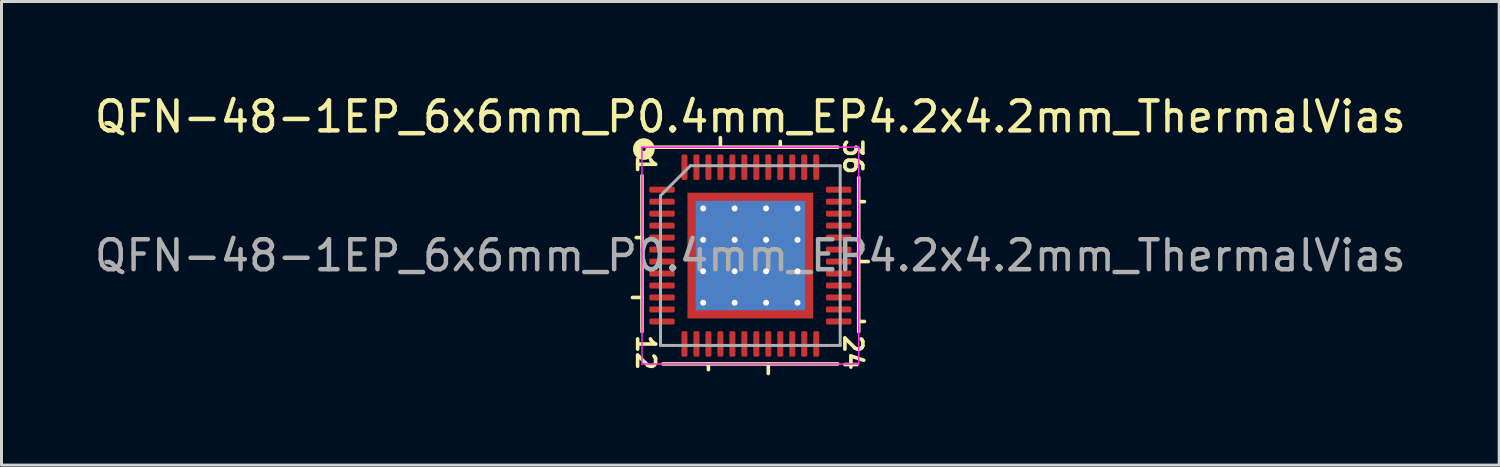
<source format=kicad_pcb>
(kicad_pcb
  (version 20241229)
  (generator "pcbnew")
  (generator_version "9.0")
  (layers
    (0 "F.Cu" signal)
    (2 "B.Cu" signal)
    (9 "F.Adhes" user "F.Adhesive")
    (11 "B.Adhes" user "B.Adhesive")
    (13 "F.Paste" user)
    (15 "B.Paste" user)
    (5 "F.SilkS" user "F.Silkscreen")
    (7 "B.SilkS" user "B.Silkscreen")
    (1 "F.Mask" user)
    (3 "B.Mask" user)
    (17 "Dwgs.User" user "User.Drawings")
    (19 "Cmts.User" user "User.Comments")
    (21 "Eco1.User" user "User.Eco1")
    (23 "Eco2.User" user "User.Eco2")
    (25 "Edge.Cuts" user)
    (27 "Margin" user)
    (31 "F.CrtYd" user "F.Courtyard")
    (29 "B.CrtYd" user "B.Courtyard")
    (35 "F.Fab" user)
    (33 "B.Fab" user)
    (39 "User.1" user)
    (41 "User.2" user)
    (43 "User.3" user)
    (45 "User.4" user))
  (footprint "QFN-48-1EP_6x6mm_P0.4mm_EP4.2x4.2mm_ThermalVias"
    (layer "F.Cu")
    (at 22.006 5.484)
    (property "Reference" "QFN-48-1EP_6x6mm_P0.4mm_EP4.2x4.2mm_ThermalVias" (at 0 -4.636 0) (layer "F.SilkS") (effects (font (size 1 1) (thickness 0.15))))
    (attr smd)
    (fp_line (start -3.619 -2.667) (end -3.619 2.54) (stroke (width 0.12) (type solid)) (layer "F.SilkS"))
    (fp_line (start -3.619 -0.6) (end -3.81 -0.6) (stroke (width 0.12) (type solid)) (layer "F.SilkS"))
    (fp_line (start -3.619 1.4) (end -3.937 1.4) (stroke (width 0.12) (type solid)) (layer "F.SilkS"))
    (fp_line (start -2.921 3.619) (end 2.921 3.619) (stroke (width 0.12) (type solid)) (layer "F.SilkS"))
    (fp_line (start -1.4 3.81) (end -1.4 3.619) (stroke (width 0.12) (type solid)) (layer "F.SilkS"))
    (fp_line (start -1 -3.619) (end -1 -3.937) (stroke (width 0.12) (type solid)) (layer "F.SilkS"))
    (fp_line (start 0.6 3.619) (end 0.6 3.937) (stroke (width 0.12) (type solid)) (layer "F.SilkS"))
    (fp_line (start 1 -3.619) (end 1 -3.81) (stroke (width 0.12) (type solid)) (layer "F.SilkS"))
    (fp_line (start 2.921 -3.619) (end -3.175 -3.619) (stroke (width 0.12) (type solid)) (layer "F.SilkS"))
    (fp_line (start 3.619 -1.8) (end 3.81 -1.8) (stroke (width 0.12) (type solid)) (layer "F.SilkS"))
    (fp_line (start 3.619 0.2) (end 3.937 0.2) (stroke (width 0.12) (type solid)) (layer "F.SilkS"))
    (fp_line (start 3.619 2.2) (end 3.81 2.2) (stroke (width 0.12) (type solid)) (layer "F.SilkS"))
    (fp_line (start 3.619 2.54) (end 3.619 -2.603) (stroke (width 0.12) (type solid)) (layer "F.SilkS"))
    (fp_circle (center -3.556 -3.556) (end -3.493 -3.556) (stroke (width 0.3) (type solid)) (fill no) (layer "F.SilkS"))
    (fp_line (start -3.62 -3.62) (end -3.62 3.62) (stroke (width 0.05) (type solid)) (layer "F.CrtYd"))
    (fp_line (start -3.62 3.62) (end 3.62 3.62) (stroke (width 0.05) (type solid)) (layer "F.CrtYd"))
    (fp_line (start 3.62 -3.62) (end -3.62 -3.62) (stroke (width 0.05) (type solid)) (layer "F.CrtYd"))
    (fp_line (start 3.62 3.62) (end 3.62 -3.62) (stroke (width 0.05) (type solid)) (layer "F.CrtYd"))
    (fp_line (start -3 -2) (end -2 -3) (stroke (width 0.1) (type solid)) (layer "F.Fab"))
    (fp_line (start -3 3) (end -3 -2) (stroke (width 0.1) (type solid)) (layer "F.Fab"))
    (fp_line (start -2 -3) (end 3 -3) (stroke (width 0.1) (type solid)) (layer "F.Fab"))
    (fp_line (start 3 -3) (end 3 3) (stroke (width 0.1) (type solid)) (layer "F.Fab"))
    (fp_line (start 3 3) (end -3 3) (stroke (width 0.1) (type solid)) (layer "F.Fab"))
    (fp_text user "12" (at -3.493 3.239 270) (unlocked yes) (layer "F.SilkS") (effects (font (size 0.6 0.6) (thickness 0.12))))
    (fp_text user "36" (at 3.429 -3.302 270) (unlocked yes) (layer "F.SilkS") (effects (font (size 0.6 0.6) (thickness 0.12))))
    (fp_text user "1" (at -3.493 -3.048 270) (unlocked yes) (layer "F.SilkS") (effects (font (size 0.6 0.6) (thickness 0.12))))
    (fp_text user "24" (at 3.429 3.239 270) (unlocked yes) (layer "F.SilkS") (effects (font (size 0.6 0.6) (thickness 0.12))))
    (fp_text user "${REFERENCE}" (at 0 0 0) (layer "F.Fab") (effects (font (size 1 1) (thickness 0.15))))
    (pad "" smd custom (at -1.837 -1.837) (size 0.295 0.295) (layers "F.Paste") (options (anchor circle)) (primitives (gr_poly (pts (xy 0.106 -0.013) (xy -0.013 0.106) (xy -0.106 0.106) (xy -0.106 -0.106) (xy 0.106 -0.106)) (width 0.212) (fill yes))))
    (pad "" smd custom (at -1.837 -1.05) (size 0.331 0.331) (layers "F.Paste") (options (anchor circle)) (primitives (gr_poly (pts (xy 0.12 -0.255) (xy 0.12 0.255) (xy 0.043 0.331) (xy -0.12 0.331) (xy -0.12 -0.331) (xy 0.043 -0.331)) (width 0.184) (fill yes))))
    (pad "" smd custom (at -1.837 0) (size 0.331 0.331) (layers "F.Paste") (options (anchor circle)) (primitives (gr_poly (pts (xy 0.12 -0.255) (xy 0.12 0.255) (xy 0.043 0.331) (xy -0.12 0.331) (xy -0.12 -0.331) (xy 0.043 -0.331)) (width 0.184) (fill yes))))
    (pad "" smd custom (at -1.837 1.05) (size 0.331 0.331) (layers "F.Paste") (options (anchor circle)) (primitives (gr_poly (pts (xy 0.12 -0.255) (xy 0.12 0.255) (xy 0.043 0.331) (xy -0.12 0.331) (xy -0.12 -0.331) (xy 0.043 -0.331)) (width 0.184) (fill yes))))
    (pad "" smd custom (at -1.837 1.837) (size 0.295 0.295) (layers "F.Paste") (options (anchor circle)) (primitives (gr_poly (pts (xy 0.106 0.013) (xy 0.106 0.106) (xy -0.106 0.106) (xy -0.106 -0.106) (xy -0.013 -0.106)) (width 0.212) (fill yes))))
    (pad "" smd custom (at -1.05 -1.837) (size 0.331 0.331) (layers "F.Paste") (options (anchor circle)) (primitives (gr_poly (pts (xy 0.331 0.043) (xy 0.255 0.12) (xy -0.255 0.12) (xy -0.331 0.043) (xy -0.331 -0.12) (xy 0.331 -0.12)) (width 0.184) (fill yes))))
    (pad "" smd roundrect (at -1.05 -1.05) (size 0.847 0.847) (layers "F.Paste") (roundrect_rratio 0.25))
    (pad "" smd roundrect (at -1.05 0) (size 0.847 0.847) (layers "F.Paste") (roundrect_rratio 0.25))
    (pad "" smd roundrect (at -1.05 1.05) (size 0.847 0.847) (layers "F.Paste") (roundrect_rratio 0.25))
    (pad "" smd custom (at -1.05 1.837) (size 0.331 0.331) (layers "F.Paste") (options (anchor circle)) (primitives (gr_poly (pts (xy 0.331 -0.043) (xy 0.331 0.12) (xy -0.331 0.12) (xy -0.331 -0.043) (xy -0.255 -0.12) (xy 0.255 -0.12)) (width 0.184) (fill yes))))
    (pad "" smd custom (at 0 -1.837) (size 0.331 0.331) (layers "F.Paste") (options (anchor circle)) (primitives (gr_poly (pts (xy 0.331 0.043) (xy 0.255 0.12) (xy -0.255 0.12) (xy -0.331 0.043) (xy -0.331 -0.12) (xy 0.331 -0.12)) (width 0.184) (fill yes))))
    (pad "" smd roundrect (at 0 -1.05) (size 0.847 0.847) (layers "F.Paste") (roundrect_rratio 0.25))
    (pad "" smd roundrect (at 0 0) (size 0.847 0.847) (layers "F.Paste") (roundrect_rratio 0.25))
    (pad "" smd roundrect (at 0 1.05) (size 0.847 0.847) (layers "F.Paste") (roundrect_rratio 0.25))
    (pad "" smd custom (at 0 1.837) (size 0.331 0.331) (layers "F.Paste") (options (anchor circle)) (primitives (gr_poly (pts (xy 0.331 -0.043) (xy 0.331 0.12) (xy -0.331 0.12) (xy -0.331 -0.043) (xy -0.255 -0.12) (xy 0.255 -0.12)) (width 0.184) (fill yes))))
    (pad "" smd custom (at 1.05 -1.837) (size 0.331 0.331) (layers "F.Paste") (options (anchor circle)) (primitives (gr_poly (pts (xy 0.331 0.043) (xy 0.255 0.12) (xy -0.255 0.12) (xy -0.331 0.043) (xy -0.331 -0.12) (xy 0.331 -0.12)) (width 0.184) (fill yes))))
    (pad "" smd roundrect (at 1.05 -1.05) (size 0.847 0.847) (layers "F.Paste") (roundrect_rratio 0.25))
    (pad "" smd roundrect (at 1.05 0) (size 0.847 0.847) (layers "F.Paste") (roundrect_rratio 0.25))
    (pad "" smd roundrect (at 1.05 1.05) (size 0.847 0.847) (layers "F.Paste") (roundrect_rratio 0.25))
    (pad "" smd custom (at 1.05 1.837) (size 0.331 0.331) (layers "F.Paste") (options (anchor circle)) (primitives (gr_poly (pts (xy 0.331 -0.043) (xy 0.331 0.12) (xy -0.331 0.12) (xy -0.331 -0.043) (xy -0.255 -0.12) (xy 0.255 -0.12)) (width 0.184) (fill yes))))
    (pad "" smd custom (at 1.837 -1.837) (size 0.295 0.295) (layers "F.Paste") (options (anchor circle)) (primitives (gr_poly (pts (xy 0.106 0.106) (xy 0.013 0.106) (xy -0.106 -0.013) (xy -0.106 -0.106) (xy 0.106 -0.106)) (width 0.212) (fill yes))))
    (pad "" smd custom (at 1.837 -1.05) (size 0.331 0.331) (layers "F.Paste") (options (anchor circle)) (primitives (gr_poly (pts (xy 0.12 0.331) (xy -0.043 0.331) (xy -0.12 0.255) (xy -0.12 -0.255) (xy -0.043 -0.331) (xy 0.12 -0.331)) (width 0.184) (fill yes))))
    (pad "" smd custom (at 1.837 0) (size 0.331 0.331) (layers "F.Paste") (options (anchor circle)) (primitives (gr_poly (pts (xy 0.12 0.331) (xy -0.043 0.331) (xy -0.12 0.255) (xy -0.12 -0.255) (xy -0.043 -0.331) (xy 0.12 -0.331)) (width 0.184) (fill yes))))
    (pad "" smd custom (at 1.837 1.05) (size 0.331 0.331) (layers "F.Paste") (options (anchor circle)) (primitives (gr_poly (pts (xy 0.12 0.331) (xy -0.043 0.331) (xy -0.12 0.255) (xy -0.12 -0.255) (xy -0.043 -0.331) (xy 0.12 -0.331)) (width 0.184) (fill yes))))
    (pad "" smd custom (at 1.837 1.837) (size 0.295 0.295) (layers "F.Paste") (options (anchor circle)) (primitives (gr_poly (pts (xy 0.106 0.106) (xy -0.106 0.106) (xy -0.106 0.013) (xy 0.013 -0.106) (xy 0.106 -0.106)) (width 0.212) (fill yes))))
    (pad "1" smd roundrect (at -2.95 -2.2) (size 0.85 0.2) (layers "F.Cu" "F.Mask" "F.Paste") (roundrect_rratio 0.25))
    (pad "2" smd roundrect (at -2.95 -1.8) (size 0.85 0.2) (layers "F.Cu" "F.Mask" "F.Paste") (roundrect_rratio 0.25))
    (pad "3" smd roundrect (at -2.95 -1.4) (size 0.85 0.2) (layers "F.Cu" "F.Mask" "F.Paste") (roundrect_rratio 0.25))
    (pad "4" smd roundrect (at -2.95 -1) (size 0.85 0.2) (layers "F.Cu" "F.Mask" "F.Paste") (roundrect_rratio 0.25))
    (pad "5" smd roundrect (at -2.95 -0.6) (size 0.85 0.2) (layers "F.Cu" "F.Mask" "F.Paste") (roundrect_rratio 0.25))
    (pad "6" smd roundrect (at -2.95 -0.2) (size 0.85 0.2) (layers "F.Cu" "F.Mask" "F.Paste") (roundrect_rratio 0.25))
    (pad "7" smd roundrect (at -2.95 0.2) (size 0.85 0.2) (layers "F.Cu" "F.Mask" "F.Paste") (roundrect_rratio 0.25))
    (pad "8" smd roundrect (at -2.95 0.6) (size 0.85 0.2) (layers "F.Cu" "F.Mask" "F.Paste") (roundrect_rratio 0.25))
    (pad "9" smd roundrect (at -2.95 1) (size 0.85 0.2) (layers "F.Cu" "F.Mask" "F.Paste") (roundrect_rratio 0.25))
    (pad "10" smd roundrect (at -2.95 1.4) (size 0.85 0.2) (layers "F.Cu" "F.Mask" "F.Paste") (roundrect_rratio 0.25))
    (pad "11" smd roundrect (at -2.95 1.8) (size 0.85 0.2) (layers "F.Cu" "F.Mask" "F.Paste") (roundrect_rratio 0.25))
    (pad "12" smd roundrect (at -2.95 2.2) (size 0.85 0.2) (layers "F.Cu" "F.Mask" "F.Paste") (roundrect_rratio 0.25))
    (pad "13" smd roundrect (at -2.2 2.95) (size 0.2 0.85) (layers "F.Cu" "F.Mask" "F.Paste") (roundrect_rratio 0.25))
    (pad "14" smd roundrect (at -1.8 2.95) (size 0.2 0.85) (layers "F.Cu" "F.Mask" "F.Paste") (roundrect_rratio 0.25))
    (pad "15" smd roundrect (at -1.4 2.95) (size 0.2 0.85) (layers "F.Cu" "F.Mask" "F.Paste") (roundrect_rratio 0.25))
    (pad "16" smd roundrect (at -1 2.95) (size 0.2 0.85) (layers "F.Cu" "F.Mask" "F.Paste") (roundrect_rratio 0.25))
    (pad "17" smd roundrect (at -0.6 2.95) (size 0.2 0.85) (layers "F.Cu" "F.Mask" "F.Paste") (roundrect_rratio 0.25))
    (pad "18" smd roundrect (at -0.2 2.95) (size 0.2 0.85) (layers "F.Cu" "F.Mask" "F.Paste") (roundrect_rratio 0.25))
    (pad "19" smd roundrect (at 0.2 2.95) (size 0.2 0.85) (layers "F.Cu" "F.Mask" "F.Paste") (roundrect_rratio 0.25))
    (pad "20" smd roundrect (at 0.6 2.95) (size 0.2 0.85) (layers "F.Cu" "F.Mask" "F.Paste") (roundrect_rratio 0.25))
    (pad "21" smd roundrect (at 1 2.95) (size 0.2 0.85) (layers "F.Cu" "F.Mask" "F.Paste") (roundrect_rratio 0.25))
    (pad "22" smd roundrect (at 1.4 2.95) (size 0.2 0.85) (layers "F.Cu" "F.Mask" "F.Paste") (roundrect_rratio 0.25))
    (pad "23" smd roundrect (at 1.8 2.95) (size 0.2 0.85) (layers "F.Cu" "F.Mask" "F.Paste") (roundrect_rratio 0.25))
    (pad "24" smd roundrect (at 2.2 2.95) (size 0.2 0.85) (layers "F.Cu" "F.Mask" "F.Paste") (roundrect_rratio 0.25))
    (pad "25" smd roundrect (at 2.95 2.2) (size 0.85 0.2) (layers "F.Cu" "F.Mask" "F.Paste") (roundrect_rratio 0.25))
    (pad "26" smd roundrect (at 2.95 1.8) (size 0.85 0.2) (layers "F.Cu" "F.Mask" "F.Paste") (roundrect_rratio 0.25))
    (pad "27" smd roundrect (at 2.95 1.4) (size 0.85 0.2) (layers "F.Cu" "F.Mask" "F.Paste") (roundrect_rratio 0.25))
    (pad "28" smd roundrect (at 2.95 1) (size 0.85 0.2) (layers "F.Cu" "F.Mask" "F.Paste") (roundrect_rratio 0.25))
    (pad "29" smd roundrect (at 2.95 0.6) (size 0.85 0.2) (layers "F.Cu" "F.Mask" "F.Paste") (roundrect_rratio 0.25))
    (pad "30" smd roundrect (at 2.95 0.2) (size 0.85 0.2) (layers "F.Cu" "F.Mask" "F.Paste") (roundrect_rratio 0.25))
    (pad "31" smd roundrect (at 2.95 -0.2) (size 0.85 0.2) (layers "F.Cu" "F.Mask" "F.Paste") (roundrect_rratio 0.25))
    (pad "32" smd roundrect (at 2.95 -0.6) (size 0.85 0.2) (layers "F.Cu" "F.Mask" "F.Paste") (roundrect_rratio 0.25))
    (pad "33" smd roundrect (at 2.95 -1) (size 0.85 0.2) (layers "F.Cu" "F.Mask" "F.Paste") (roundrect_rratio 0.25))
    (pad "34" smd roundrect (at 2.95 -1.4) (size 0.85 0.2) (layers "F.Cu" "F.Mask" "F.Paste") (roundrect_rratio 0.25))
    (pad "35" smd roundrect (at 2.95 -1.8) (size 0.85 0.2) (layers "F.Cu" "F.Mask" "F.Paste") (roundrect_rratio 0.25))
    (pad "36" smd roundrect (at 2.95 -2.2) (size 0.85 0.2) (layers "F.Cu" "F.Mask" "F.Paste") (roundrect_rratio 0.25))
    (pad "37" smd roundrect (at 2.2 -2.95) (size 0.2 0.85) (layers "F.Cu" "F.Mask" "F.Paste") (roundrect_rratio 0.25))
    (pad "38" smd roundrect (at 1.8 -2.95) (size 0.2 0.85) (layers "F.Cu" "F.Mask" "F.Paste") (roundrect_rratio 0.25))
    (pad "39" smd roundrect (at 1.4 -2.95) (size 0.2 0.85) (layers "F.Cu" "F.Mask" "F.Paste") (roundrect_rratio 0.25))
    (pad "40" smd roundrect (at 1 -2.95) (size 0.2 0.85) (layers "F.Cu" "F.Mask" "F.Paste") (roundrect_rratio 0.25))
    (pad "41" smd roundrect (at 0.6 -2.95) (size 0.2 0.85) (layers "F.Cu" "F.Mask" "F.Paste") (roundrect_rratio 0.25))
    (pad "42" smd roundrect (at 0.2 -2.95) (size 0.2 0.85) (layers "F.Cu" "F.Mask" "F.Paste") (roundrect_rratio 0.25))
    (pad "43" smd roundrect (at -0.2 -2.95) (size 0.2 0.85) (layers "F.Cu" "F.Mask" "F.Paste") (roundrect_rratio 0.25))
    (pad "44" smd roundrect (at -0.6 -2.95) (size 0.2 0.85) (layers "F.Cu" "F.Mask" "F.Paste") (roundrect_rratio 0.25))
    (pad "45" smd roundrect (at -1 -2.95) (size 0.2 0.85) (layers "F.Cu" "F.Mask" "F.Paste") (roundrect_rratio 0.25))
    (pad "46" smd roundrect (at -1.4 -2.95) (size 0.2 0.85) (layers "F.Cu" "F.Mask" "F.Paste") (roundrect_rratio 0.25))
    (pad "47" smd roundrect (at -1.8 -2.95) (size 0.2 0.85) (layers "F.Cu" "F.Mask" "F.Paste") (roundrect_rratio 0.25))
    (pad "48" smd roundrect (at -2.2 -2.95) (size 0.2 0.85) (layers "F.Cu" "F.Mask" "F.Paste") (roundrect_rratio 0.25))
    (pad "49" thru_hole circle (at -1.575 -1.575) (size 0.5 0.5) (drill 0.2) (layers "*.Cu"))
    (pad "49" thru_hole circle (at -1.575 -0.525) (size 0.5 0.5) (drill 0.2) (layers "*.Cu"))
    (pad "49" thru_hole circle (at -1.575 0.525) (size 0.5 0.5) (drill 0.2) (layers "*.Cu"))
    (pad "49" thru_hole circle (at -1.575 1.575) (size 0.5 0.5) (drill 0.2) (layers "*.Cu"))
    (pad "49" thru_hole circle (at -0.525 -1.575) (size 0.5 0.5) (drill 0.2) (layers "*.Cu"))
    (pad "49" thru_hole circle (at -0.525 -0.525) (size 0.5 0.5) (drill 0.2) (layers "*.Cu"))
    (pad "49" thru_hole circle (at -0.525 0.525) (size 0.5 0.5) (drill 0.2) (layers "*.Cu"))
    (pad "49" thru_hole circle (at -0.525 1.575) (size 0.5 0.5) (drill 0.2) (layers "*.Cu"))
    (pad "49" smd rect (at 0 0) (size 3.65 3.65) (layers "B.Cu" "B.Mask"))
    (pad "49" smd rect (at 0 0) (size 4.2 4.2) (layers "F.Cu" "F.Mask"))
    (pad "49" thru_hole circle (at 0.525 -1.575) (size 0.5 0.5) (drill 0.2) (layers "*.Cu"))
    (pad "49" thru_hole circle (at 0.525 -0.525) (size 0.5 0.5) (drill 0.2) (layers "*.Cu"))
    (pad "49" thru_hole circle (at 0.525 0.525) (size 0.5 0.5) (drill 0.2) (layers "*.Cu"))
    (pad "49" thru_hole circle (at 0.525 1.575) (size 0.5 0.5) (drill 0.2) (layers "*.Cu"))
    (pad "49" thru_hole circle (at 1.575 -1.575) (size 0.5 0.5) (drill 0.2) (layers "*.Cu"))
    (pad "49" thru_hole circle (at 1.575 -0.525) (size 0.5 0.5) (drill 0.2) (layers "*.Cu"))
    (pad "49" thru_hole circle (at 1.575 0.525) (size 0.5 0.5) (drill 0.2) (layers "*.Cu"))
    (pad "49" thru_hole circle (at 1.575 1.575) (size 0.5 0.5) (drill 0.2) (layers "*.Cu")))
  (gr_rect
    (start -3 -3)
    (end 47.012 12.481)
    (stroke (width 0.1) (type default))
    (fill no)
    (layer "Edge.Cuts")))
</source>
